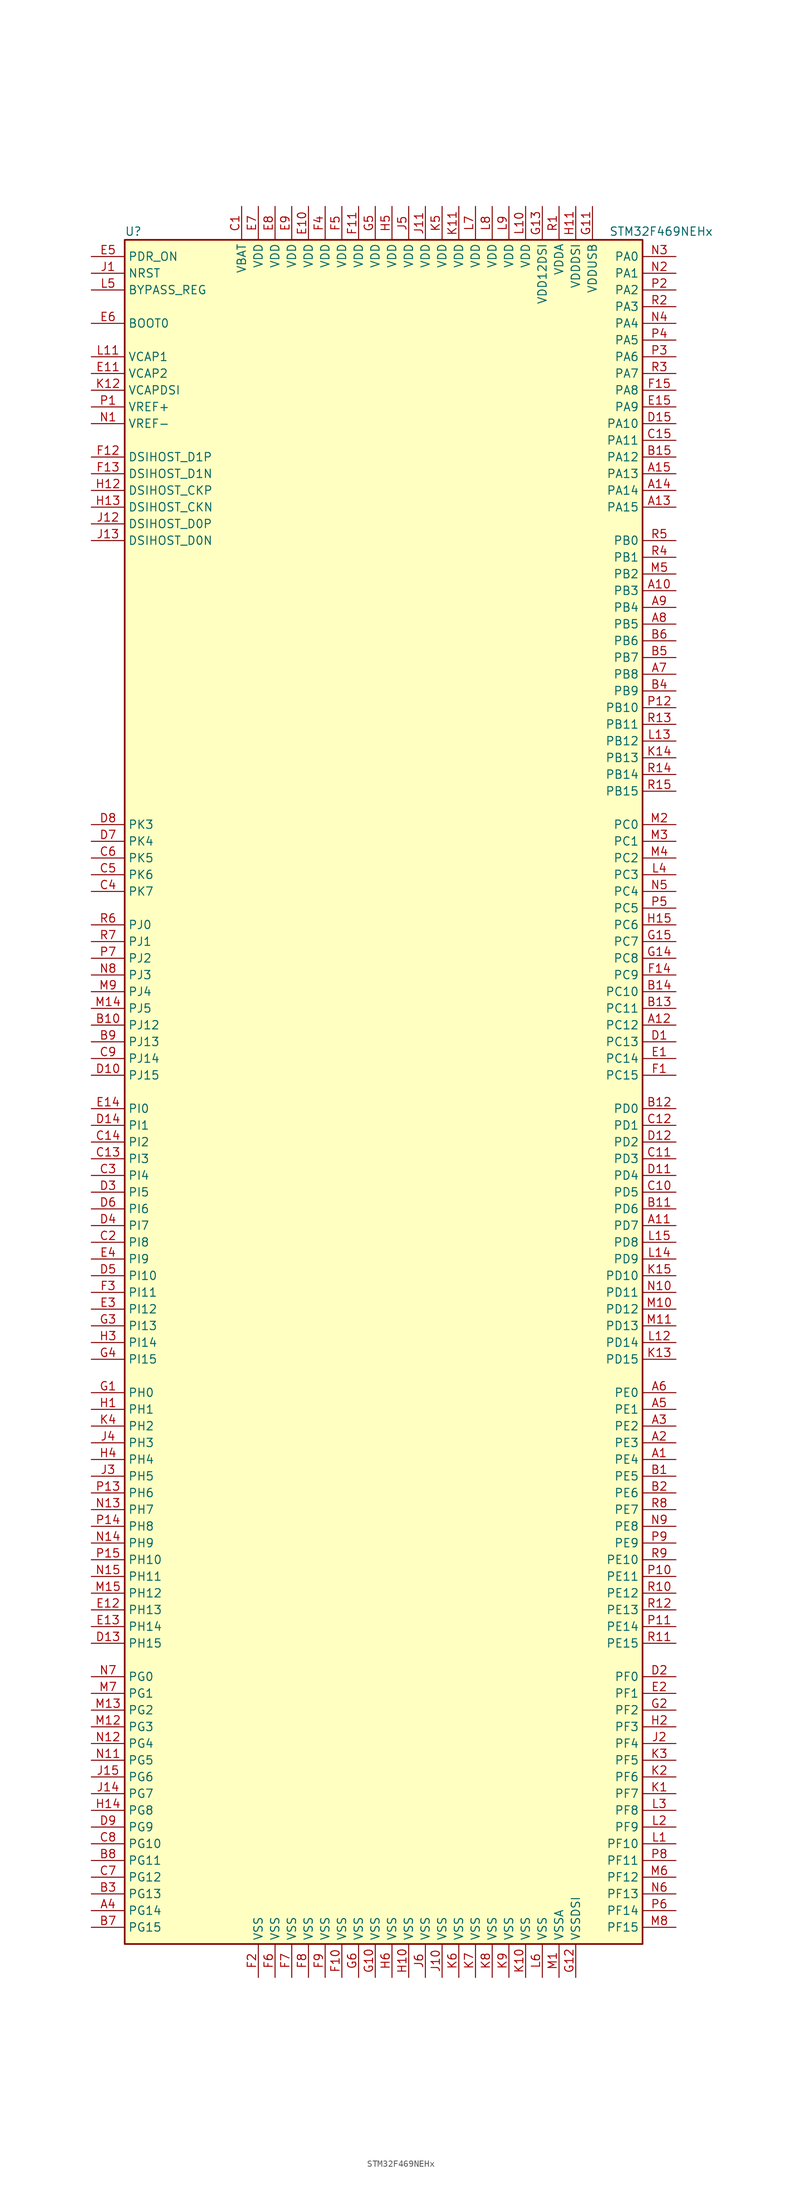
<source format=kicad_sym>
(kicad_symbol_lib
  (version 20211014)
  (generator kicad_symbol_editor)
  (symbol "STM32F469NEHx"
    (property "Reference" "U"
      (at -40.64 130.81 0)
      (effects (font (size 1.27 1.27)) (justify left)))
    (property "Value" "STM32F469NEHx"
      (at 33.02 130.81 0)
      (effects (font (size 1.27 1.27)) (justify left)))
    (symbol "STM32F469NEHx_0_1"
      (rectangle (start -40.64 -129.54) (end 38.1 129.54) (stroke (width 0.254) (type default) (color 0 0 0 0)) (fill (type background))))
    (symbol "STM32F469NEHx_1_1"
      (pin bidirectional line (at 43.18 -55.88 180) (length 5.08) (name "PE4" (effects (font (size 1.27 1.27)))) (number "A1" (effects (font (size 1.27 1.27)))))
      (pin bidirectional line (at 43.18 76.2 180) (length 5.08) (name "PB3" (effects (font (size 1.27 1.27)))) (number "A10" (effects (font (size 1.27 1.27)))))
      (pin bidirectional line (at 43.18 -20.32 180) (length 5.08) (name "PD7" (effects (font (size 1.27 1.27)))) (number "A11" (effects (font (size 1.27 1.27)))))
      (pin bidirectional line (at 43.18 10.16 180) (length 5.08) (name "PC12" (effects (font (size 1.27 1.27)))) (number "A12" (effects (font (size 1.27 1.27)))))
      (pin bidirectional line (at 43.18 88.9 180) (length 5.08) (name "PA15" (effects (font (size 1.27 1.27)))) (number "A13" (effects (font (size 1.27 1.27)))))
      (pin bidirectional line (at 43.18 91.44 180) (length 5.08) (name "PA14" (effects (font (size 1.27 1.27)))) (number "A14" (effects (font (size 1.27 1.27)))))
      (pin bidirectional line (at 43.18 93.98 180) (length 5.08) (name "PA13" (effects (font (size 1.27 1.27)))) (number "A15" (effects (font (size 1.27 1.27)))))
      (pin bidirectional line (at 43.18 -53.34 180) (length 5.08) (name "PE3" (effects (font (size 1.27 1.27)))) (number "A2" (effects (font (size 1.27 1.27)))))
      (pin bidirectional line (at 43.18 -50.8 180) (length 5.08) (name "PE2" (effects (font (size 1.27 1.27)))) (number "A3" (effects (font (size 1.27 1.27)))))
      (pin bidirectional line (at -45.72 -124.46 0) (length 5.08) (name "PG14" (effects (font (size 1.27 1.27)))) (number "A4" (effects (font (size 1.27 1.27)))))
      (pin bidirectional line (at 43.18 -48.26 180) (length 5.08) (name "PE1" (effects (font (size 1.27 1.27)))) (number "A5" (effects (font (size 1.27 1.27)))))
      (pin bidirectional line (at 43.18 -45.72 180) (length 5.08) (name "PE0" (effects (font (size 1.27 1.27)))) (number "A6" (effects (font (size 1.27 1.27)))))
      (pin bidirectional line (at 43.18 63.5 180) (length 5.08) (name "PB8" (effects (font (size 1.27 1.27)))) (number "A7" (effects (font (size 1.27 1.27)))))
      (pin bidirectional line (at 43.18 71.12 180) (length 5.08) (name "PB5" (effects (font (size 1.27 1.27)))) (number "A8" (effects (font (size 1.27 1.27)))))
      (pin bidirectional line (at 43.18 73.66 180) (length 5.08) (name "PB4" (effects (font (size 1.27 1.27)))) (number "A9" (effects (font (size 1.27 1.27)))))
      (pin bidirectional line (at 43.18 -58.42 180) (length 5.08) (name "PE5" (effects (font (size 1.27 1.27)))) (number "B1" (effects (font (size 1.27 1.27)))))
      (pin bidirectional line (at -45.72 10.16 0) (length 5.08) (name "PJ12" (effects (font (size 1.27 1.27)))) (number "B10" (effects (font (size 1.27 1.27)))))
      (pin bidirectional line (at 43.18 -17.78 180) (length 5.08) (name "PD6" (effects (font (size 1.27 1.27)))) (number "B11" (effects (font (size 1.27 1.27)))))
      (pin bidirectional line (at 43.18 -2.54 180) (length 5.08) (name "PD0" (effects (font (size 1.27 1.27)))) (number "B12" (effects (font (size 1.27 1.27)))))
      (pin bidirectional line (at 43.18 12.7 180) (length 5.08) (name "PC11" (effects (font (size 1.27 1.27)))) (number "B13" (effects (font (size 1.27 1.27)))))
      (pin bidirectional line (at 43.18 15.24 180) (length 5.08) (name "PC10" (effects (font (size 1.27 1.27)))) (number "B14" (effects (font (size 1.27 1.27)))))
      (pin bidirectional line (at 43.18 96.52 180) (length 5.08) (name "PA12" (effects (font (size 1.27 1.27)))) (number "B15" (effects (font (size 1.27 1.27)))))
      (pin bidirectional line (at 43.18 -60.96 180) (length 5.08) (name "PE6" (effects (font (size 1.27 1.27)))) (number "B2" (effects (font (size 1.27 1.27)))))
      (pin bidirectional line (at -45.72 -121.92 0) (length 5.08) (name "PG13" (effects (font (size 1.27 1.27)))) (number "B3" (effects (font (size 1.27 1.27)))))
      (pin bidirectional line (at 43.18 60.96 180) (length 5.08) (name "PB9" (effects (font (size 1.27 1.27)))) (number "B4" (effects (font (size 1.27 1.27)))))
      (pin bidirectional line (at 43.18 66.04 180) (length 5.08) (name "PB7" (effects (font (size 1.27 1.27)))) (number "B5" (effects (font (size 1.27 1.27)))))
      (pin bidirectional line (at 43.18 68.58 180) (length 5.08) (name "PB6" (effects (font (size 1.27 1.27)))) (number "B6" (effects (font (size 1.27 1.27)))))
      (pin bidirectional line (at -45.72 -127 0) (length 5.08) (name "PG15" (effects (font (size 1.27 1.27)))) (number "B7" (effects (font (size 1.27 1.27)))))
      (pin bidirectional line (at -45.72 -116.84 0) (length 5.08) (name "PG11" (effects (font (size 1.27 1.27)))) (number "B8" (effects (font (size 1.27 1.27)))))
      (pin bidirectional line (at -45.72 7.62 0) (length 5.08) (name "PJ13" (effects (font (size 1.27 1.27)))) (number "B9" (effects (font (size 1.27 1.27)))))
      (pin power_in line (at -22.86 134.62 270) (length 5.08) (name "VBAT" (effects (font (size 1.27 1.27)))) (number "C1" (effects (font (size 1.27 1.27)))))
      (pin bidirectional line (at 43.18 -15.24 180) (length 5.08) (name "PD5" (effects (font (size 1.27 1.27)))) (number "C10" (effects (font (size 1.27 1.27)))))
      (pin bidirectional line (at 43.18 -10.16 180) (length 5.08) (name "PD3" (effects (font (size 1.27 1.27)))) (number "C11" (effects (font (size 1.27 1.27)))))
      (pin bidirectional line (at 43.18 -5.08 180) (length 5.08) (name "PD1" (effects (font (size 1.27 1.27)))) (number "C12" (effects (font (size 1.27 1.27)))))
      (pin bidirectional line (at -45.72 -10.16 0) (length 5.08) (name "PI3" (effects (font (size 1.27 1.27)))) (number "C13" (effects (font (size 1.27 1.27)))))
      (pin bidirectional line (at -45.72 -7.62 0) (length 5.08) (name "PI2" (effects (font (size 1.27 1.27)))) (number "C14" (effects (font (size 1.27 1.27)))))
      (pin bidirectional line (at 43.18 99.06 180) (length 5.08) (name "PA11" (effects (font (size 1.27 1.27)))) (number "C15" (effects (font (size 1.27 1.27)))))
      (pin bidirectional line (at -45.72 -22.86 0) (length 5.08) (name "PI8" (effects (font (size 1.27 1.27)))) (number "C2" (effects (font (size 1.27 1.27)))))
      (pin bidirectional line (at -45.72 -12.7 0) (length 5.08) (name "PI4" (effects (font (size 1.27 1.27)))) (number "C3" (effects (font (size 1.27 1.27)))))
      (pin bidirectional line (at -45.72 30.48 0) (length 5.08) (name "PK7" (effects (font (size 1.27 1.27)))) (number "C4" (effects (font (size 1.27 1.27)))))
      (pin bidirectional line (at -45.72 33.02 0) (length 5.08) (name "PK6" (effects (font (size 1.27 1.27)))) (number "C5" (effects (font (size 1.27 1.27)))))
      (pin bidirectional line (at -45.72 35.56 0) (length 5.08) (name "PK5" (effects (font (size 1.27 1.27)))) (number "C6" (effects (font (size 1.27 1.27)))))
      (pin bidirectional line (at -45.72 -119.38 0) (length 5.08) (name "PG12" (effects (font (size 1.27 1.27)))) (number "C7" (effects (font (size 1.27 1.27)))))
      (pin bidirectional line (at -45.72 -114.3 0) (length 5.08) (name "PG10" (effects (font (size 1.27 1.27)))) (number "C8" (effects (font (size 1.27 1.27)))))
      (pin bidirectional line (at -45.72 5.08 0) (length 5.08) (name "PJ14" (effects (font (size 1.27 1.27)))) (number "C9" (effects (font (size 1.27 1.27)))))
      (pin bidirectional line (at 43.18 7.62 180) (length 5.08) (name "PC13" (effects (font (size 1.27 1.27)))) (number "D1" (effects (font (size 1.27 1.27)))))
      (pin bidirectional line (at -45.72 2.54 0) (length 5.08) (name "PJ15" (effects (font (size 1.27 1.27)))) (number "D10" (effects (font (size 1.27 1.27)))))
      (pin bidirectional line (at 43.18 -12.7 180) (length 5.08) (name "PD4" (effects (font (size 1.27 1.27)))) (number "D11" (effects (font (size 1.27 1.27)))))
      (pin bidirectional line (at 43.18 -7.62 180) (length 5.08) (name "PD2" (effects (font (size 1.27 1.27)))) (number "D12" (effects (font (size 1.27 1.27)))))
      (pin bidirectional line (at -45.72 -83.82 0) (length 5.08) (name "PH15" (effects (font (size 1.27 1.27)))) (number "D13" (effects (font (size 1.27 1.27)))))
      (pin bidirectional line (at -45.72 -5.08 0) (length 5.08) (name "PI1" (effects (font (size 1.27 1.27)))) (number "D14" (effects (font (size 1.27 1.27)))))
      (pin bidirectional line (at 43.18 101.6 180) (length 5.08) (name "PA10" (effects (font (size 1.27 1.27)))) (number "D15" (effects (font (size 1.27 1.27)))))
      (pin bidirectional line (at 43.18 -88.9 180) (length 5.08) (name "PF0" (effects (font (size 1.27 1.27)))) (number "D2" (effects (font (size 1.27 1.27)))))
      (pin bidirectional line (at -45.72 -15.24 0) (length 5.08) (name "PI5" (effects (font (size 1.27 1.27)))) (number "D3" (effects (font (size 1.27 1.27)))))
      (pin bidirectional line (at -45.72 -20.32 0) (length 5.08) (name "PI7" (effects (font (size 1.27 1.27)))) (number "D4" (effects (font (size 1.27 1.27)))))
      (pin bidirectional line (at -45.72 -27.94 0) (length 5.08) (name "PI10" (effects (font (size 1.27 1.27)))) (number "D5" (effects (font (size 1.27 1.27)))))
      (pin bidirectional line (at -45.72 -17.78 0) (length 5.08) (name "PI6" (effects (font (size 1.27 1.27)))) (number "D6" (effects (font (size 1.27 1.27)))))
      (pin bidirectional line (at -45.72 38.1 0) (length 5.08) (name "PK4" (effects (font (size 1.27 1.27)))) (number "D7" (effects (font (size 1.27 1.27)))))
      (pin bidirectional line (at -45.72 40.64 0) (length 5.08) (name "PK3" (effects (font (size 1.27 1.27)))) (number "D8" (effects (font (size 1.27 1.27)))))
      (pin bidirectional line (at -45.72 -111.76 0) (length 5.08) (name "PG9" (effects (font (size 1.27 1.27)))) (number "D9" (effects (font (size 1.27 1.27)))))
      (pin bidirectional line (at 43.18 5.08 180) (length 5.08) (name "PC14" (effects (font (size 1.27 1.27)))) (number "E1" (effects (font (size 1.27 1.27)))))
      (pin power_in line (at -12.7 134.62 270) (length 5.08) (name "VDD" (effects (font (size 1.27 1.27)))) (number "E10" (effects (font (size 1.27 1.27)))))
      (pin power_in line (at -45.72 109.22 0) (length 5.08) (name "VCAP2" (effects (font (size 1.27 1.27)))) (number "E11" (effects (font (size 1.27 1.27)))))
      (pin bidirectional line (at -45.72 -78.74 0) (length 5.08) (name "PH13" (effects (font (size 1.27 1.27)))) (number "E12" (effects (font (size 1.27 1.27)))))
      (pin bidirectional line (at -45.72 -81.28 0) (length 5.08) (name "PH14" (effects (font (size 1.27 1.27)))) (number "E13" (effects (font (size 1.27 1.27)))))
      (pin bidirectional line (at -45.72 -2.54 0) (length 5.08) (name "PI0" (effects (font (size 1.27 1.27)))) (number "E14" (effects (font (size 1.27 1.27)))))
      (pin bidirectional line (at 43.18 104.14 180) (length 5.08) (name "PA9" (effects (font (size 1.27 1.27)))) (number "E15" (effects (font (size 1.27 1.27)))))
      (pin bidirectional line (at 43.18 -91.44 180) (length 5.08) (name "PF1" (effects (font (size 1.27 1.27)))) (number "E2" (effects (font (size 1.27 1.27)))))
      (pin bidirectional line (at -45.72 -33.02 0) (length 5.08) (name "PI12" (effects (font (size 1.27 1.27)))) (number "E3" (effects (font (size 1.27 1.27)))))
      (pin bidirectional line (at -45.72 -25.4 0) (length 5.08) (name "PI9" (effects (font (size 1.27 1.27)))) (number "E4" (effects (font (size 1.27 1.27)))))
      (pin input line (at -45.72 127 0) (length 5.08) (name "PDR_ON" (effects (font (size 1.27 1.27)))) (number "E5" (effects (font (size 1.27 1.27)))))
      (pin input line (at -45.72 116.84 0) (length 5.08) (name "BOOT0" (effects (font (size 1.27 1.27)))) (number "E6" (effects (font (size 1.27 1.27)))))
      (pin power_in line (at -20.32 134.62 270) (length 5.08) (name "VDD" (effects (font (size 1.27 1.27)))) (number "E7" (effects (font (size 1.27 1.27)))))
      (pin power_in line (at -17.78 134.62 270) (length 5.08) (name "VDD" (effects (font (size 1.27 1.27)))) (number "E8" (effects (font (size 1.27 1.27)))))
      (pin power_in line (at -15.24 134.62 270) (length 5.08) (name "VDD" (effects (font (size 1.27 1.27)))) (number "E9" (effects (font (size 1.27 1.27)))))
      (pin bidirectional line (at 43.18 2.54 180) (length 5.08) (name "PC15" (effects (font (size 1.27 1.27)))) (number "F1" (effects (font (size 1.27 1.27)))))
      (pin power_in line (at -7.62 -134.62 90) (length 5.08) (name "VSS" (effects (font (size 1.27 1.27)))) (number "F10" (effects (font (size 1.27 1.27)))))
      (pin power_in line (at -5.08 134.62 270) (length 5.08) (name "VDD" (effects (font (size 1.27 1.27)))) (number "F11" (effects (font (size 1.27 1.27)))))
      (pin bidirectional line (at -45.72 96.52 0) (length 5.08) (name "DSIHOST_D1P" (effects (font (size 1.27 1.27)))) (number "F12" (effects (font (size 1.27 1.27)))))
      (pin bidirectional line (at -45.72 93.98 0) (length 5.08) (name "DSIHOST_D1N" (effects (font (size 1.27 1.27)))) (number "F13" (effects (font (size 1.27 1.27)))))
      (pin bidirectional line (at 43.18 17.78 180) (length 5.08) (name "PC9" (effects (font (size 1.27 1.27)))) (number "F14" (effects (font (size 1.27 1.27)))))
      (pin bidirectional line (at 43.18 106.68 180) (length 5.08) (name "PA8" (effects (font (size 1.27 1.27)))) (number "F15" (effects (font (size 1.27 1.27)))))
      (pin power_in line (at -20.32 -134.62 90) (length 5.08) (name "VSS" (effects (font (size 1.27 1.27)))) (number "F2" (effects (font (size 1.27 1.27)))))
      (pin bidirectional line (at -45.72 -30.48 0) (length 5.08) (name "PI11" (effects (font (size 1.27 1.27)))) (number "F3" (effects (font (size 1.27 1.27)))))
      (pin power_in line (at -10.16 134.62 270) (length 5.08) (name "VDD" (effects (font (size 1.27 1.27)))) (number "F4" (effects (font (size 1.27 1.27)))))
      (pin power_in line (at -7.62 134.62 270) (length 5.08) (name "VDD" (effects (font (size 1.27 1.27)))) (number "F5" (effects (font (size 1.27 1.27)))))
      (pin power_in line (at -17.78 -134.62 90) (length 5.08) (name "VSS" (effects (font (size 1.27 1.27)))) (number "F6" (effects (font (size 1.27 1.27)))))
      (pin power_in line (at -15.24 -134.62 90) (length 5.08) (name "VSS" (effects (font (size 1.27 1.27)))) (number "F7" (effects (font (size 1.27 1.27)))))
      (pin power_in line (at -12.7 -134.62 90) (length 5.08) (name "VSS" (effects (font (size 1.27 1.27)))) (number "F8" (effects (font (size 1.27 1.27)))))
      (pin power_in line (at -10.16 -134.62 90) (length 5.08) (name "VSS" (effects (font (size 1.27 1.27)))) (number "F9" (effects (font (size 1.27 1.27)))))
      (pin input line (at -45.72 -45.72 0) (length 5.08) (name "PH0" (effects (font (size 1.27 1.27)))) (number "G1" (effects (font (size 1.27 1.27)))))
      (pin power_in line (at -2.54 -134.62 90) (length 5.08) (name "VSS" (effects (font (size 1.27 1.27)))) (number "G10" (effects (font (size 1.27 1.27)))))
      (pin power_in line (at 30.48 134.62 270) (length 5.08) (name "VDDUSB" (effects (font (size 1.27 1.27)))) (number "G11" (effects (font (size 1.27 1.27)))))
      (pin power_in line (at 27.94 -134.62 90) (length 5.08) (name "VSSDSI" (effects (font (size 1.27 1.27)))) (number "G12" (effects (font (size 1.27 1.27)))))
      (pin power_in line (at 22.86 134.62 270) (length 5.08) (name "VDD12DSI" (effects (font (size 1.27 1.27)))) (number "G13" (effects (font (size 1.27 1.27)))))
      (pin bidirectional line (at 43.18 20.32 180) (length 5.08) (name "PC8" (effects (font (size 1.27 1.27)))) (number "G14" (effects (font (size 1.27 1.27)))))
      (pin bidirectional line (at 43.18 22.86 180) (length 5.08) (name "PC7" (effects (font (size 1.27 1.27)))) (number "G15" (effects (font (size 1.27 1.27)))))
      (pin bidirectional line (at 43.18 -93.98 180) (length 5.08) (name "PF2" (effects (font (size 1.27 1.27)))) (number "G2" (effects (font (size 1.27 1.27)))))
      (pin bidirectional line (at -45.72 -35.56 0) (length 5.08) (name "PI13" (effects (font (size 1.27 1.27)))) (number "G3" (effects (font (size 1.27 1.27)))))
      (pin bidirectional line (at -45.72 -40.64 0) (length 5.08) (name "PI15" (effects (font (size 1.27 1.27)))) (number "G4" (effects (font (size 1.27 1.27)))))
      (pin power_in line (at -2.54 134.62 270) (length 5.08) (name "VDD" (effects (font (size 1.27 1.27)))) (number "G5" (effects (font (size 1.27 1.27)))))
      (pin power_in line (at -5.08 -134.62 90) (length 5.08) (name "VSS" (effects (font (size 1.27 1.27)))) (number "G6" (effects (font (size 1.27 1.27)))))
      (pin input line (at -45.72 -48.26 0) (length 5.08) (name "PH1" (effects (font (size 1.27 1.27)))) (number "H1" (effects (font (size 1.27 1.27)))))
      (pin power_in line (at 2.54 -134.62 90) (length 5.08) (name "VSS" (effects (font (size 1.27 1.27)))) (number "H10" (effects (font (size 1.27 1.27)))))
      (pin power_in line (at 27.94 134.62 270) (length 5.08) (name "VDDDSI" (effects (font (size 1.27 1.27)))) (number "H11" (effects (font (size 1.27 1.27)))))
      (pin bidirectional line (at -45.72 91.44 0) (length 5.08) (name "DSIHOST_CKP" (effects (font (size 1.27 1.27)))) (number "H12" (effects (font (size 1.27 1.27)))))
      (pin bidirectional line (at -45.72 88.9 0) (length 5.08) (name "DSIHOST_CKN" (effects (font (size 1.27 1.27)))) (number "H13" (effects (font (size 1.27 1.27)))))
      (pin bidirectional line (at -45.72 -109.22 0) (length 5.08) (name "PG8" (effects (font (size 1.27 1.27)))) (number "H14" (effects (font (size 1.27 1.27)))))
      (pin bidirectional line (at 43.18 25.4 180) (length 5.08) (name "PC6" (effects (font (size 1.27 1.27)))) (number "H15" (effects (font (size 1.27 1.27)))))
      (pin bidirectional line (at 43.18 -96.52 180) (length 5.08) (name "PF3" (effects (font (size 1.27 1.27)))) (number "H2" (effects (font (size 1.27 1.27)))))
      (pin bidirectional line (at -45.72 -38.1 0) (length 5.08) (name "PI14" (effects (font (size 1.27 1.27)))) (number "H3" (effects (font (size 1.27 1.27)))))
      (pin bidirectional line (at -45.72 -55.88 0) (length 5.08) (name "PH4" (effects (font (size 1.27 1.27)))) (number "H4" (effects (font (size 1.27 1.27)))))
      (pin power_in line (at 0 134.62 270) (length 5.08) (name "VDD" (effects (font (size 1.27 1.27)))) (number "H5" (effects (font (size 1.27 1.27)))))
      (pin power_in line (at 0 -134.62 90) (length 5.08) (name "VSS" (effects (font (size 1.27 1.27)))) (number "H6" (effects (font (size 1.27 1.27)))))
      (pin input line (at -45.72 124.46 0) (length 5.08) (name "NRST" (effects (font (size 1.27 1.27)))) (number "J1" (effects (font (size 1.27 1.27)))))
      (pin power_in line (at 7.62 -134.62 90) (length 5.08) (name "VSS" (effects (font (size 1.27 1.27)))) (number "J10" (effects (font (size 1.27 1.27)))))
      (pin power_in line (at 5.08 134.62 270) (length 5.08) (name "VDD" (effects (font (size 1.27 1.27)))) (number "J11" (effects (font (size 1.27 1.27)))))
      (pin bidirectional line (at -45.72 86.36 0) (length 5.08) (name "DSIHOST_D0P" (effects (font (size 1.27 1.27)))) (number "J12" (effects (font (size 1.27 1.27)))))
      (pin bidirectional line (at -45.72 83.82 0) (length 5.08) (name "DSIHOST_D0N" (effects (font (size 1.27 1.27)))) (number "J13" (effects (font (size 1.27 1.27)))))
      (pin bidirectional line (at -45.72 -106.68 0) (length 5.08) (name "PG7" (effects (font (size 1.27 1.27)))) (number "J14" (effects (font (size 1.27 1.27)))))
      (pin bidirectional line (at -45.72 -104.14 0) (length 5.08) (name "PG6" (effects (font (size 1.27 1.27)))) (number "J15" (effects (font (size 1.27 1.27)))))
      (pin bidirectional line (at 43.18 -99.06 180) (length 5.08) (name "PF4" (effects (font (size 1.27 1.27)))) (number "J2" (effects (font (size 1.27 1.27)))))
      (pin bidirectional line (at -45.72 -58.42 0) (length 5.08) (name "PH5" (effects (font (size 1.27 1.27)))) (number "J3" (effects (font (size 1.27 1.27)))))
      (pin bidirectional line (at -45.72 -53.34 0) (length 5.08) (name "PH3" (effects (font (size 1.27 1.27)))) (number "J4" (effects (font (size 1.27 1.27)))))
      (pin power_in line (at 2.54 134.62 270) (length 5.08) (name "VDD" (effects (font (size 1.27 1.27)))) (number "J5" (effects (font (size 1.27 1.27)))))
      (pin power_in line (at 5.08 -134.62 90) (length 5.08) (name "VSS" (effects (font (size 1.27 1.27)))) (number "J6" (effects (font (size 1.27 1.27)))))
      (pin bidirectional line (at 43.18 -106.68 180) (length 5.08) (name "PF7" (effects (font (size 1.27 1.27)))) (number "K1" (effects (font (size 1.27 1.27)))))
      (pin power_in line (at 20.32 -134.62 90) (length 5.08) (name "VSS" (effects (font (size 1.27 1.27)))) (number "K10" (effects (font (size 1.27 1.27)))))
      (pin power_in line (at 10.16 134.62 270) (length 5.08) (name "VDD" (effects (font (size 1.27 1.27)))) (number "K11" (effects (font (size 1.27 1.27)))))
      (pin power_in line (at -45.72 106.68 0) (length 5.08) (name "VCAPDSI" (effects (font (size 1.27 1.27)))) (number "K12" (effects (font (size 1.27 1.27)))))
      (pin bidirectional line (at 43.18 -40.64 180) (length 5.08) (name "PD15" (effects (font (size 1.27 1.27)))) (number "K13" (effects (font (size 1.27 1.27)))))
      (pin bidirectional line (at 43.18 50.8 180) (length 5.08) (name "PB13" (effects (font (size 1.27 1.27)))) (number "K14" (effects (font (size 1.27 1.27)))))
      (pin bidirectional line (at 43.18 -27.94 180) (length 5.08) (name "PD10" (effects (font (size 1.27 1.27)))) (number "K15" (effects (font (size 1.27 1.27)))))
      (pin bidirectional line (at 43.18 -104.14 180) (length 5.08) (name "PF6" (effects (font (size 1.27 1.27)))) (number "K2" (effects (font (size 1.27 1.27)))))
      (pin bidirectional line (at 43.18 -101.6 180) (length 5.08) (name "PF5" (effects (font (size 1.27 1.27)))) (number "K3" (effects (font (size 1.27 1.27)))))
      (pin bidirectional line (at -45.72 -50.8 0) (length 5.08) (name "PH2" (effects (font (size 1.27 1.27)))) (number "K4" (effects (font (size 1.27 1.27)))))
      (pin power_in line (at 7.62 134.62 270) (length 5.08) (name "VDD" (effects (font (size 1.27 1.27)))) (number "K5" (effects (font (size 1.27 1.27)))))
      (pin power_in line (at 10.16 -134.62 90) (length 5.08) (name "VSS" (effects (font (size 1.27 1.27)))) (number "K6" (effects (font (size 1.27 1.27)))))
      (pin power_in line (at 12.7 -134.62 90) (length 5.08) (name "VSS" (effects (font (size 1.27 1.27)))) (number "K7" (effects (font (size 1.27 1.27)))))
      (pin power_in line (at 15.24 -134.62 90) (length 5.08) (name "VSS" (effects (font (size 1.27 1.27)))) (number "K8" (effects (font (size 1.27 1.27)))))
      (pin power_in line (at 17.78 -134.62 90) (length 5.08) (name "VSS" (effects (font (size 1.27 1.27)))) (number "K9" (effects (font (size 1.27 1.27)))))
      (pin bidirectional line (at 43.18 -114.3 180) (length 5.08) (name "PF10" (effects (font (size 1.27 1.27)))) (number "L1" (effects (font (size 1.27 1.27)))))
      (pin power_in line (at 20.32 134.62 270) (length 5.08) (name "VDD" (effects (font (size 1.27 1.27)))) (number "L10" (effects (font (size 1.27 1.27)))))
      (pin power_in line (at -45.72 111.76 0) (length 5.08) (name "VCAP1" (effects (font (size 1.27 1.27)))) (number "L11" (effects (font (size 1.27 1.27)))))
      (pin bidirectional line (at 43.18 -38.1 180) (length 5.08) (name "PD14" (effects (font (size 1.27 1.27)))) (number "L12" (effects (font (size 1.27 1.27)))))
      (pin bidirectional line (at 43.18 53.34 180) (length 5.08) (name "PB12" (effects (font (size 1.27 1.27)))) (number "L13" (effects (font (size 1.27 1.27)))))
      (pin bidirectional line (at 43.18 -25.4 180) (length 5.08) (name "PD9" (effects (font (size 1.27 1.27)))) (number "L14" (effects (font (size 1.27 1.27)))))
      (pin bidirectional line (at 43.18 -22.86 180) (length 5.08) (name "PD8" (effects (font (size 1.27 1.27)))) (number "L15" (effects (font (size 1.27 1.27)))))
      (pin bidirectional line (at 43.18 -111.76 180) (length 5.08) (name "PF9" (effects (font (size 1.27 1.27)))) (number "L2" (effects (font (size 1.27 1.27)))))
      (pin bidirectional line (at 43.18 -109.22 180) (length 5.08) (name "PF8" (effects (font (size 1.27 1.27)))) (number "L3" (effects (font (size 1.27 1.27)))))
      (pin bidirectional line (at 43.18 33.02 180) (length 5.08) (name "PC3" (effects (font (size 1.27 1.27)))) (number "L4" (effects (font (size 1.27 1.27)))))
      (pin input line (at -45.72 121.92 0) (length 5.08) (name "BYPASS_REG" (effects (font (size 1.27 1.27)))) (number "L5" (effects (font (size 1.27 1.27)))))
      (pin power_in line (at 22.86 -134.62 90) (length 5.08) (name "VSS" (effects (font (size 1.27 1.27)))) (number "L6" (effects (font (size 1.27 1.27)))))
      (pin power_in line (at 12.7 134.62 270) (length 5.08) (name "VDD" (effects (font (size 1.27 1.27)))) (number "L7" (effects (font (size 1.27 1.27)))))
      (pin power_in line (at 15.24 134.62 270) (length 5.08) (name "VDD" (effects (font (size 1.27 1.27)))) (number "L8" (effects (font (size 1.27 1.27)))))
      (pin power_in line (at 17.78 134.62 270) (length 5.08) (name "VDD" (effects (font (size 1.27 1.27)))) (number "L9" (effects (font (size 1.27 1.27)))))
      (pin power_in line (at 25.4 -134.62 90) (length 5.08) (name "VSSA" (effects (font (size 1.27 1.27)))) (number "M1" (effects (font (size 1.27 1.27)))))
      (pin bidirectional line (at 43.18 -33.02 180) (length 5.08) (name "PD12" (effects (font (size 1.27 1.27)))) (number "M10" (effects (font (size 1.27 1.27)))))
      (pin bidirectional line (at 43.18 -35.56 180) (length 5.08) (name "PD13" (effects (font (size 1.27 1.27)))) (number "M11" (effects (font (size 1.27 1.27)))))
      (pin bidirectional line (at -45.72 -96.52 0) (length 5.08) (name "PG3" (effects (font (size 1.27 1.27)))) (number "M12" (effects (font (size 1.27 1.27)))))
      (pin bidirectional line (at -45.72 -93.98 0) (length 5.08) (name "PG2" (effects (font (size 1.27 1.27)))) (number "M13" (effects (font (size 1.27 1.27)))))
      (pin bidirectional line (at -45.72 12.7 0) (length 5.08) (name "PJ5" (effects (font (size 1.27 1.27)))) (number "M14" (effects (font (size 1.27 1.27)))))
      (pin bidirectional line (at -45.72 -76.2 0) (length 5.08) (name "PH12" (effects (font (size 1.27 1.27)))) (number "M15" (effects (font (size 1.27 1.27)))))
      (pin bidirectional line (at 43.18 40.64 180) (length 5.08) (name "PC0" (effects (font (size 1.27 1.27)))) (number "M2" (effects (font (size 1.27 1.27)))))
      (pin bidirectional line (at 43.18 38.1 180) (length 5.08) (name "PC1" (effects (font (size 1.27 1.27)))) (number "M3" (effects (font (size 1.27 1.27)))))
      (pin bidirectional line (at 43.18 35.56 180) (length 5.08) (name "PC2" (effects (font (size 1.27 1.27)))) (number "M4" (effects (font (size 1.27 1.27)))))
      (pin bidirectional line (at 43.18 78.74 180) (length 5.08) (name "PB2" (effects (font (size 1.27 1.27)))) (number "M5" (effects (font (size 1.27 1.27)))))
      (pin bidirectional line (at 43.18 -119.38 180) (length 5.08) (name "PF12" (effects (font (size 1.27 1.27)))) (number "M6" (effects (font (size 1.27 1.27)))))
      (pin bidirectional line (at -45.72 -91.44 0) (length 5.08) (name "PG1" (effects (font (size 1.27 1.27)))) (number "M7" (effects (font (size 1.27 1.27)))))
      (pin bidirectional line (at 43.18 -127 180) (length 5.08) (name "PF15" (effects (font (size 1.27 1.27)))) (number "M8" (effects (font (size 1.27 1.27)))))
      (pin bidirectional line (at -45.72 15.24 0) (length 5.08) (name "PJ4" (effects (font (size 1.27 1.27)))) (number "M9" (effects (font (size 1.27 1.27)))))
      (pin power_in line (at -45.72 101.6 0) (length 5.08) (name "VREF-" (effects (font (size 1.27 1.27)))) (number "N1" (effects (font (size 1.27 1.27)))))
      (pin bidirectional line (at 43.18 -30.48 180) (length 5.08) (name "PD11" (effects (font (size 1.27 1.27)))) (number "N10" (effects (font (size 1.27 1.27)))))
      (pin bidirectional line (at -45.72 -101.6 0) (length 5.08) (name "PG5" (effects (font (size 1.27 1.27)))) (number "N11" (effects (font (size 1.27 1.27)))))
      (pin bidirectional line (at -45.72 -99.06 0) (length 5.08) (name "PG4" (effects (font (size 1.27 1.27)))) (number "N12" (effects (font (size 1.27 1.27)))))
      (pin bidirectional line (at -45.72 -63.5 0) (length 5.08) (name "PH7" (effects (font (size 1.27 1.27)))) (number "N13" (effects (font (size 1.27 1.27)))))
      (pin bidirectional line (at -45.72 -68.58 0) (length 5.08) (name "PH9" (effects (font (size 1.27 1.27)))) (number "N14" (effects (font (size 1.27 1.27)))))
      (pin bidirectional line (at -45.72 -73.66 0) (length 5.08) (name "PH11" (effects (font (size 1.27 1.27)))) (number "N15" (effects (font (size 1.27 1.27)))))
      (pin bidirectional line (at 43.18 124.46 180) (length 5.08) (name "PA1" (effects (font (size 1.27 1.27)))) (number "N2" (effects (font (size 1.27 1.27)))))
      (pin bidirectional line (at 43.18 127 180) (length 5.08) (name "PA0" (effects (font (size 1.27 1.27)))) (number "N3" (effects (font (size 1.27 1.27)))))
      (pin bidirectional line (at 43.18 116.84 180) (length 5.08) (name "PA4" (effects (font (size 1.27 1.27)))) (number "N4" (effects (font (size 1.27 1.27)))))
      (pin bidirectional line (at 43.18 30.48 180) (length 5.08) (name "PC4" (effects (font (size 1.27 1.27)))) (number "N5" (effects (font (size 1.27 1.27)))))
      (pin bidirectional line (at 43.18 -121.92 180) (length 5.08) (name "PF13" (effects (font (size 1.27 1.27)))) (number "N6" (effects (font (size 1.27 1.27)))))
      (pin bidirectional line (at -45.72 -88.9 0) (length 5.08) (name "PG0" (effects (font (size 1.27 1.27)))) (number "N7" (effects (font (size 1.27 1.27)))))
      (pin bidirectional line (at -45.72 17.78 0) (length 5.08) (name "PJ3" (effects (font (size 1.27 1.27)))) (number "N8" (effects (font (size 1.27 1.27)))))
      (pin bidirectional line (at 43.18 -66.04 180) (length 5.08) (name "PE8" (effects (font (size 1.27 1.27)))) (number "N9" (effects (font (size 1.27 1.27)))))
      (pin power_in line (at -45.72 104.14 0) (length 5.08) (name "VREF+" (effects (font (size 1.27 1.27)))) (number "P1" (effects (font (size 1.27 1.27)))))
      (pin bidirectional line (at 43.18 -73.66 180) (length 5.08) (name "PE11" (effects (font (size 1.27 1.27)))) (number "P10" (effects (font (size 1.27 1.27)))))
      (pin bidirectional line (at 43.18 -81.28 180) (length 5.08) (name "PE14" (effects (font (size 1.27 1.27)))) (number "P11" (effects (font (size 1.27 1.27)))))
      (pin bidirectional line (at 43.18 58.42 180) (length 5.08) (name "PB10" (effects (font (size 1.27 1.27)))) (number "P12" (effects (font (size 1.27 1.27)))))
      (pin bidirectional line (at -45.72 -60.96 0) (length 5.08) (name "PH6" (effects (font (size 1.27 1.27)))) (number "P13" (effects (font (size 1.27 1.27)))))
      (pin bidirectional line (at -45.72 -66.04 0) (length 5.08) (name "PH8" (effects (font (size 1.27 1.27)))) (number "P14" (effects (font (size 1.27 1.27)))))
      (pin bidirectional line (at -45.72 -71.12 0) (length 5.08) (name "PH10" (effects (font (size 1.27 1.27)))) (number "P15" (effects (font (size 1.27 1.27)))))
      (pin bidirectional line (at 43.18 121.92 180) (length 5.08) (name "PA2" (effects (font (size 1.27 1.27)))) (number "P2" (effects (font (size 1.27 1.27)))))
      (pin bidirectional line (at 43.18 111.76 180) (length 5.08) (name "PA6" (effects (font (size 1.27 1.27)))) (number "P3" (effects (font (size 1.27 1.27)))))
      (pin bidirectional line (at 43.18 114.3 180) (length 5.08) (name "PA5" (effects (font (size 1.27 1.27)))) (number "P4" (effects (font (size 1.27 1.27)))))
      (pin bidirectional line (at 43.18 27.94 180) (length 5.08) (name "PC5" (effects (font (size 1.27 1.27)))) (number "P5" (effects (font (size 1.27 1.27)))))
      (pin bidirectional line (at 43.18 -124.46 180) (length 5.08) (name "PF14" (effects (font (size 1.27 1.27)))) (number "P6" (effects (font (size 1.27 1.27)))))
      (pin bidirectional line (at -45.72 20.32 0) (length 5.08) (name "PJ2" (effects (font (size 1.27 1.27)))) (number "P7" (effects (font (size 1.27 1.27)))))
      (pin bidirectional line (at 43.18 -116.84 180) (length 5.08) (name "PF11" (effects (font (size 1.27 1.27)))) (number "P8" (effects (font (size 1.27 1.27)))))
      (pin bidirectional line (at 43.18 -68.58 180) (length 5.08) (name "PE9" (effects (font (size 1.27 1.27)))) (number "P9" (effects (font (size 1.27 1.27)))))
      (pin power_in line (at 25.4 134.62 270) (length 5.08) (name "VDDA" (effects (font (size 1.27 1.27)))) (number "R1" (effects (font (size 1.27 1.27)))))
      (pin bidirectional line (at 43.18 -76.2 180) (length 5.08) (name "PE12" (effects (font (size 1.27 1.27)))) (number "R10" (effects (font (size 1.27 1.27)))))
      (pin bidirectional line (at 43.18 -83.82 180) (length 5.08) (name "PE15" (effects (font (size 1.27 1.27)))) (number "R11" (effects (font (size 1.27 1.27)))))
      (pin bidirectional line (at 43.18 -78.74 180) (length 5.08) (name "PE13" (effects (font (size 1.27 1.27)))) (number "R12" (effects (font (size 1.27 1.27)))))
      (pin bidirectional line (at 43.18 55.88 180) (length 5.08) (name "PB11" (effects (font (size 1.27 1.27)))) (number "R13" (effects (font (size 1.27 1.27)))))
      (pin bidirectional line (at 43.18 48.26 180) (length 5.08) (name "PB14" (effects (font (size 1.27 1.27)))) (number "R14" (effects (font (size 1.27 1.27)))))
      (pin bidirectional line (at 43.18 45.72 180) (length 5.08) (name "PB15" (effects (font (size 1.27 1.27)))) (number "R15" (effects (font (size 1.27 1.27)))))
      (pin bidirectional line (at 43.18 119.38 180) (length 5.08) (name "PA3" (effects (font (size 1.27 1.27)))) (number "R2" (effects (font (size 1.27 1.27)))))
      (pin bidirectional line (at 43.18 109.22 180) (length 5.08) (name "PA7" (effects (font (size 1.27 1.27)))) (number "R3" (effects (font (size 1.27 1.27)))))
      (pin bidirectional line (at 43.18 81.28 180) (length 5.08) (name "PB1" (effects (font (size 1.27 1.27)))) (number "R4" (effects (font (size 1.27 1.27)))))
      (pin bidirectional line (at 43.18 83.82 180) (length 5.08) (name "PB0" (effects (font (size 1.27 1.27)))) (number "R5" (effects (font (size 1.27 1.27)))))
      (pin bidirectional line (at -45.72 25.4 0) (length 5.08) (name "PJ0" (effects (font (size 1.27 1.27)))) (number "R6" (effects (font (size 1.27 1.27)))))
      (pin bidirectional line (at -45.72 22.86 0) (length 5.08) (name "PJ1" (effects (font (size 1.27 1.27)))) (number "R7" (effects (font (size 1.27 1.27)))))
      (pin bidirectional line (at 43.18 -63.5 180) (length 5.08) (name "PE7" (effects (font (size 1.27 1.27)))) (number "R8" (effects (font (size 1.27 1.27)))))
      (pin bidirectional line (at 43.18 -71.12 180) (length 5.08) (name "PE10" (effects (font (size 1.27 1.27)))) (number "R9" (effects (font (size 1.27 1.27))))))))
</source>
